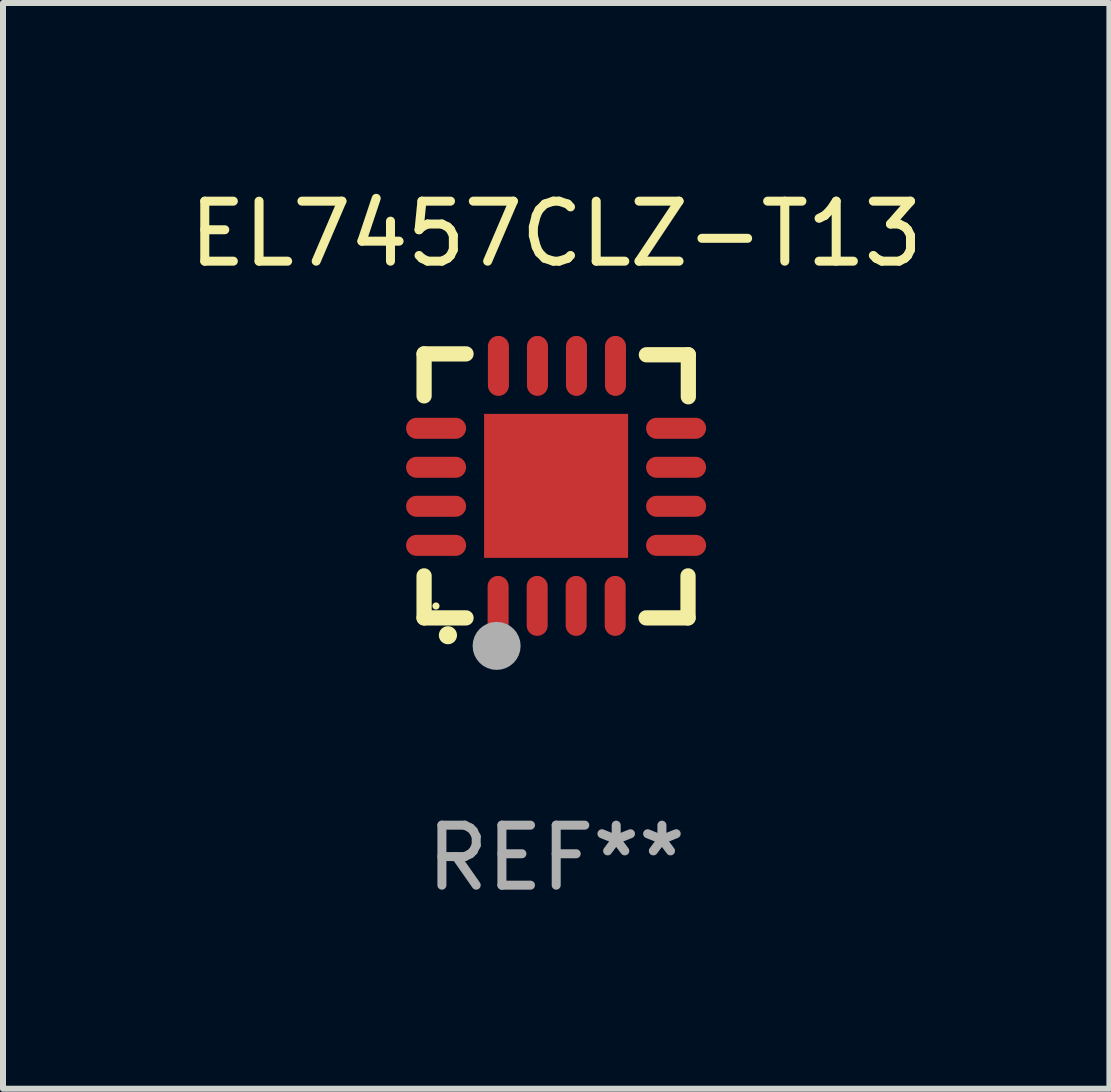
<source format=kicad_pcb>
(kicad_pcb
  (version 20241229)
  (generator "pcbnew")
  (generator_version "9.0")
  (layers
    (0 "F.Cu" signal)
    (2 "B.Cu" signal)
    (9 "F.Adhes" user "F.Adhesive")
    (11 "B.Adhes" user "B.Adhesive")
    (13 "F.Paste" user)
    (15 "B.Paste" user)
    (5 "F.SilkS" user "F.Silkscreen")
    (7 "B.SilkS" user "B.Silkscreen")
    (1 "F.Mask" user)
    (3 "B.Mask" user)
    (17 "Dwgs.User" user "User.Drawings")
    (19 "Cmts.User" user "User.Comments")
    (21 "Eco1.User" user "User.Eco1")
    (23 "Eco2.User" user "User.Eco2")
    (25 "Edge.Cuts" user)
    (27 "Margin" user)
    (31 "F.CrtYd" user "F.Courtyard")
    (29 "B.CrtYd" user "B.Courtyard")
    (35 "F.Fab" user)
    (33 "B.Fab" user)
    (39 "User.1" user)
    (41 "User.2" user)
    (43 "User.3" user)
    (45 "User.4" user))
  (footprint "EL7457CLZ-T13"
    (layer "F.Cu")
    (at 6.22 5.048)
    (property "Reference" "EL7457CLZ-T13" (at 0 -4.2 0) (layer "F.SilkS") (effects (font (size 1 1) (thickness 0.15))))
    (attr through_hole)
    (fp_line (start -2.202 -2.2) (end -2.202 -1.5) (stroke (width 0.254) (type solid)) (layer "F.SilkS"))
    (fp_line (start -2.202 2.2) (end -2.202 1.5) (stroke (width 0.254) (type solid)) (layer "F.SilkS"))
    (fp_line (start -1.503 -2.2) (end -2.202 -2.2) (stroke (width 0.254) (type solid)) (layer "F.SilkS"))
    (fp_line (start -1.503 2.2) (end -2.202 2.2) (stroke (width 0.254) (type solid)) (layer "F.SilkS"))
    (fp_line (start 1.498 2.2) (end 2.197 2.2) (stroke (width 0.254) (type solid)) (layer "F.SilkS"))
    (fp_line (start 2.197 2.2) (end 2.197 1.5) (stroke (width 0.254) (type solid)) (layer "F.SilkS"))
    (fp_line (start 2.202 -2.185) (end 1.503 -2.185) (stroke (width 0.254) (type solid)) (layer "F.SilkS"))
    (fp_line (start 2.202 -1.485) (end 2.202 -2.185) (stroke (width 0.254) (type solid)) (layer "F.SilkS"))
    (fp_arc (start -1.805944 2.489205) (mid -1.804674 2.4892) (end -1.803404 2.489205) (stroke (width 0.3) (type solid)) (layer "F.SilkS"))
    (fp_circle (center -2.004 2.002) (end -1.974 2.002) (stroke (width 0.06) (type solid)) (fill no) (layer "F.SilkS"))
    (fp_circle (center -0.993 2.667) (end -0.793 2.667) (stroke (width 0.4) (type solid)) (fill no) (layer "F.Fab"))
    (fp_text user "REF**" (at 0 6.2 0) (layer "F.Fab") (effects (font (size 1 1) (thickness 0.15))))
    (pad "1" smd oval (at -0.968 2) (size 0.35 1) (layers "F.Cu" "F.Mask" "F.Paste"))
    (pad "2" smd oval (at -0.317 2) (size 0.35 1) (layers "F.Cu" "F.Mask" "F.Paste"))
    (pad "3" smd oval (at 0.333 2) (size 0.35 1) (layers "F.Cu" "F.Mask" "F.Paste"))
    (pad "4" smd oval (at 0.983 2) (size 0.35 1) (layers "F.Cu" "F.Mask" "F.Paste"))
    (pad "5" smd oval (at 1.998 0.991 90) (size 0.35 1) (layers "F.Cu" "F.Mask" "F.Paste"))
    (pad "6" smd oval (at 1.998 0.34 90) (size 0.35 1) (layers "F.Cu" "F.Mask" "F.Paste"))
    (pad "7" smd oval (at 1.998 -0.31 90) (size 0.35 1) (layers "F.Cu" "F.Mask" "F.Paste"))
    (pad "8" smd oval (at 1.998 -0.96 90) (size 0.35 1) (layers "F.Cu" "F.Mask" "F.Paste"))
    (pad "9" smd oval (at 0.988 -2) (size 0.35 1) (layers "F.Cu" "F.Mask" "F.Paste"))
    (pad "10" smd oval (at 0.338 -2) (size 0.35 1) (layers "F.Cu" "F.Mask" "F.Paste"))
    (pad "11" smd oval (at -0.312 -2) (size 0.35 1) (layers "F.Cu" "F.Mask" "F.Paste"))
    (pad "12" smd oval (at -0.963 -2) (size 0.35 1) (layers "F.Cu" "F.Mask" "F.Paste"))
    (pad "13" smd oval (at -2.002 -0.96 90) (size 0.35 1) (layers "F.Cu" "F.Mask" "F.Paste"))
    (pad "14" smd oval (at -2.002 -0.31 90) (size 0.35 1) (layers "F.Cu" "F.Mask" "F.Paste"))
    (pad "15" smd oval (at -2.002 0.34 90) (size 0.35 1) (layers "F.Cu" "F.Mask" "F.Paste"))
    (pad "16" smd oval (at -2.002 0.991 90) (size 0.35 1) (layers "F.Cu" "F.Mask" "F.Paste"))
    (pad "17" smd rect (at -0.002 0.000127 90) (size 2.4 2.4) (layers "F.Cu" "F.Mask" "F.Paste")))
  (gr_rect
    (start -3 -3)
    (end 15.44 15.096)
    (stroke (width 0.1) (type default))
    (fill no)
    (layer "Edge.Cuts")))
</source>
